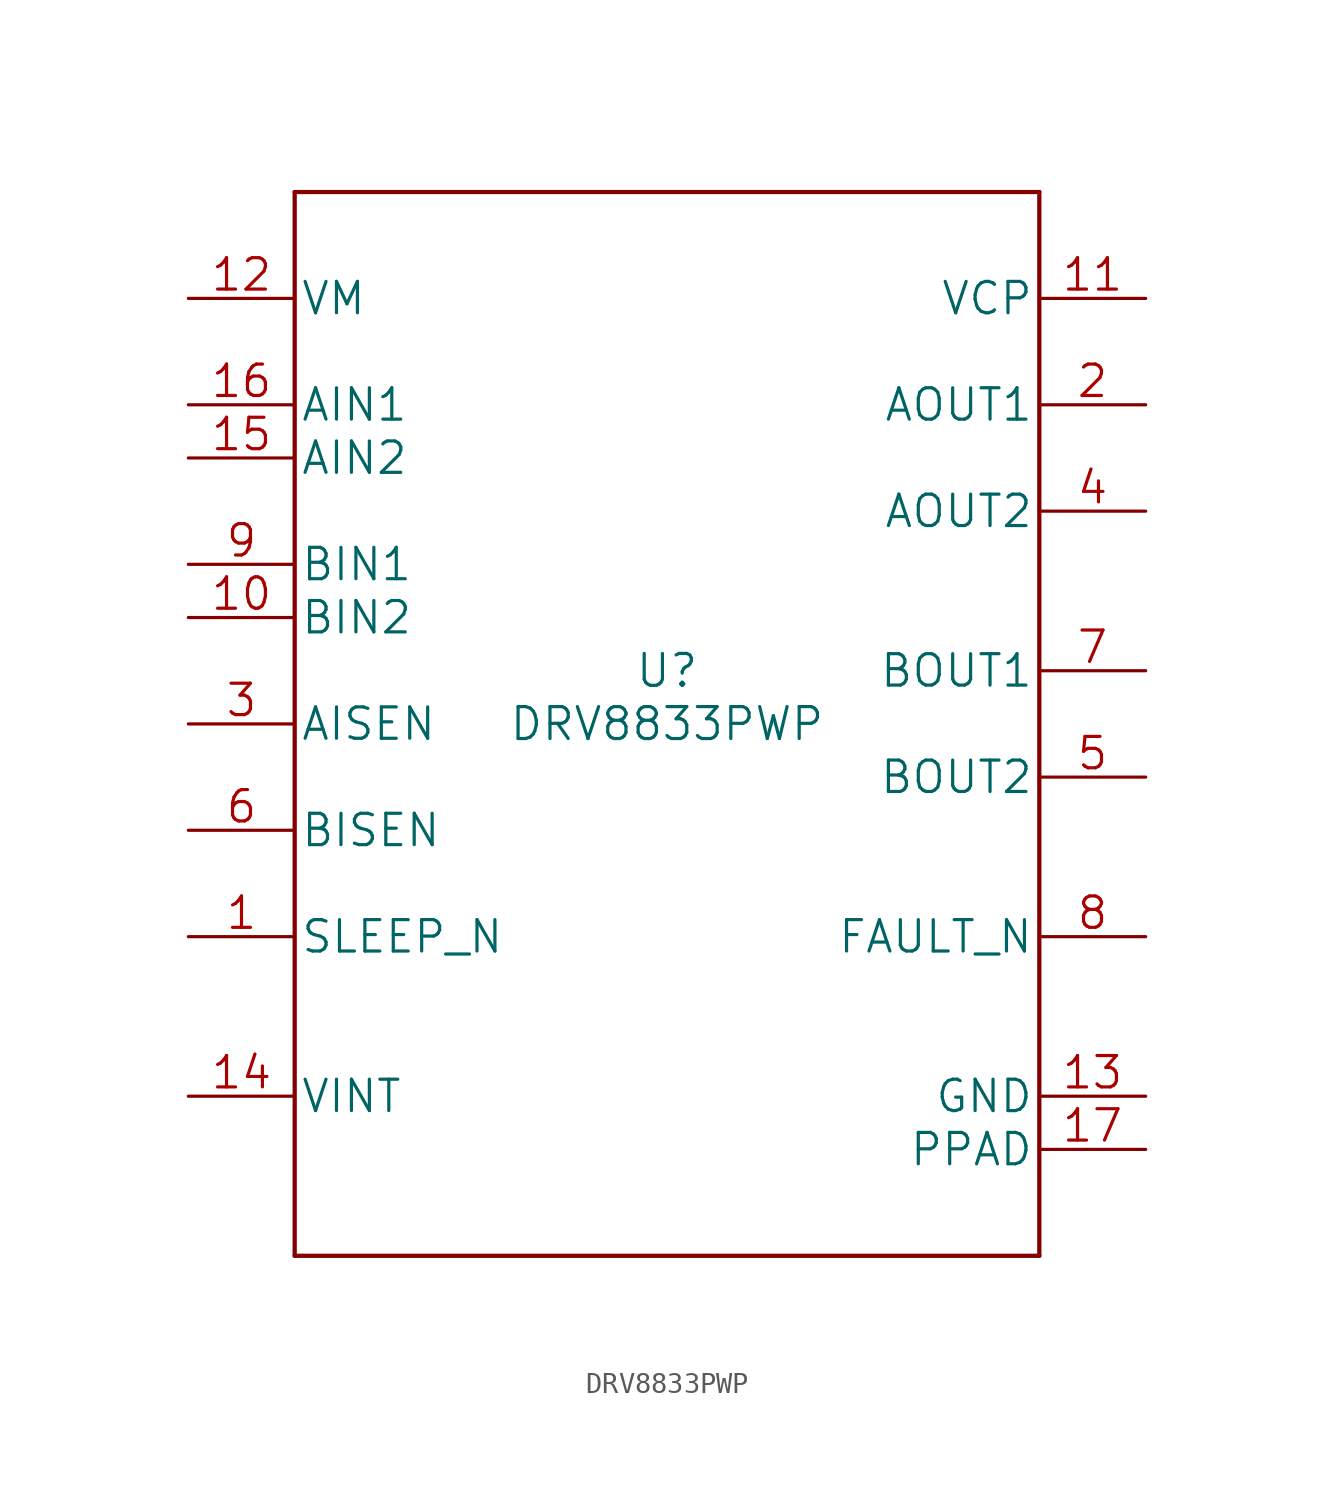
<source format=kicad_sym>
(kicad_symbol_lib
  (version 20211014)
  (generator kicad_symbol_editor)
  (symbol "DRV8833PWP"
    (pin_names
      (offset 0.254))
    (property "Reference" "U"
      (at 0 2.54 0)
      (effects (font (size 1.524 1.524))))
    (property "Value" "DRV8833PWP"
      (at 0 0 0)
      (effects (font (size 1.524 1.524))))
    (property "Datasheet" ""
      (at 0 0 0)
      (effects (font (size 1.524 1.524))))
    (property "ki_locked" ""
      (at 0 0 0)
      (effects (font (size 1.27 1.27))))
    (symbol "DRV8833PWP_1_1"
      (polyline (pts (xy -17.78 -25.4) (xy 17.78 -25.4)) (stroke (width 0.203) (type default) (color 0 0 0 0)) (fill (type none)))
      (polyline (pts (xy -17.78 25.4) (xy -17.78 -25.4)) (stroke (width 0.203) (type default) (color 0 0 0 0)) (fill (type none)))
      (polyline (pts (xy 17.78 -25.4) (xy 17.78 25.4)) (stroke (width 0.203) (type default) (color 0 0 0 0)) (fill (type none)))
      (polyline (pts (xy 17.78 25.4) (xy -17.78 25.4)) (stroke (width 0.203) (type default) (color 0 0 0 0)) (fill (type none)))
      (pin input line (at -22.86 -10.16 0) (length 5.08) (name "SLEEP_N" (effects (font (size 1.499 1.499)))) (number "1" (effects (font (size 1.499 1.499)))))
      (pin input line (at -22.86 5.08 0) (length 5.08) (name "BIN2" (effects (font (size 1.499 1.499)))) (number "10" (effects (font (size 1.499 1.499)))))
      (pin bidirectional line (at 22.86 20.32 180) (length 5.08) (name "VCP" (effects (font (size 1.499 1.499)))) (number "11" (effects (font (size 1.499 1.499)))))
      (pin power_in line (at -22.86 20.32 0) (length 5.08) (name "VM" (effects (font (size 1.499 1.499)))) (number "12" (effects (font (size 1.499 1.499)))))
      (pin power_in line (at 22.86 -17.78 180) (length 5.08) (name "GND" (effects (font (size 1.499 1.499)))) (number "13" (effects (font (size 1.499 1.499)))))
      (pin unspecified line (at -22.86 -17.78 0) (length 5.08) (name "VINT" (effects (font (size 1.499 1.499)))) (number "14" (effects (font (size 1.499 1.499)))))
      (pin input line (at -22.86 12.7 0) (length 5.08) (name "AIN2" (effects (font (size 1.499 1.499)))) (number "15" (effects (font (size 1.499 1.499)))))
      (pin input line (at -22.86 15.24 0) (length 5.08) (name "AIN1" (effects (font (size 1.499 1.499)))) (number "16" (effects (font (size 1.499 1.499)))))
      (pin power_in line (at 22.86 -20.32 180) (length 5.08) (name "PPAD" (effects (font (size 1.499 1.499)))) (number "17" (effects (font (size 1.499 1.499)))))
      (pin tri_state line (at 22.86 15.24 180) (length 5.08) (name "AOUT1" (effects (font (size 1.499 1.499)))) (number "2" (effects (font (size 1.499 1.499)))))
      (pin input line (at -22.86 0 0) (length 5.08) (name "AISEN" (effects (font (size 1.499 1.499)))) (number "3" (effects (font (size 1.499 1.499)))))
      (pin tri_state line (at 22.86 10.16 180) (length 5.08) (name "AOUT2" (effects (font (size 1.499 1.499)))) (number "4" (effects (font (size 1.499 1.499)))))
      (pin tri_state line (at 22.86 -2.54 180) (length 5.08) (name "BOUT2" (effects (font (size 1.499 1.499)))) (number "5" (effects (font (size 1.499 1.499)))))
      (pin input line (at -22.86 -5.08 0) (length 5.08) (name "BISEN" (effects (font (size 1.499 1.499)))) (number "6" (effects (font (size 1.499 1.499)))))
      (pin tri_state line (at 22.86 2.54 180) (length 5.08) (name "BOUT1" (effects (font (size 1.499 1.499)))) (number "7" (effects (font (size 1.499 1.499)))))
      (pin open_collector line (at 22.86 -10.16 180) (length 5.08) (name "FAULT_N" (effects (font (size 1.499 1.499)))) (number "8" (effects (font (size 1.499 1.499)))))
      (pin input line (at -22.86 7.62 0) (length 5.08) (name "BIN1" (effects (font (size 1.499 1.499)))) (number "9" (effects (font (size 1.499 1.499))))))))
</source>
